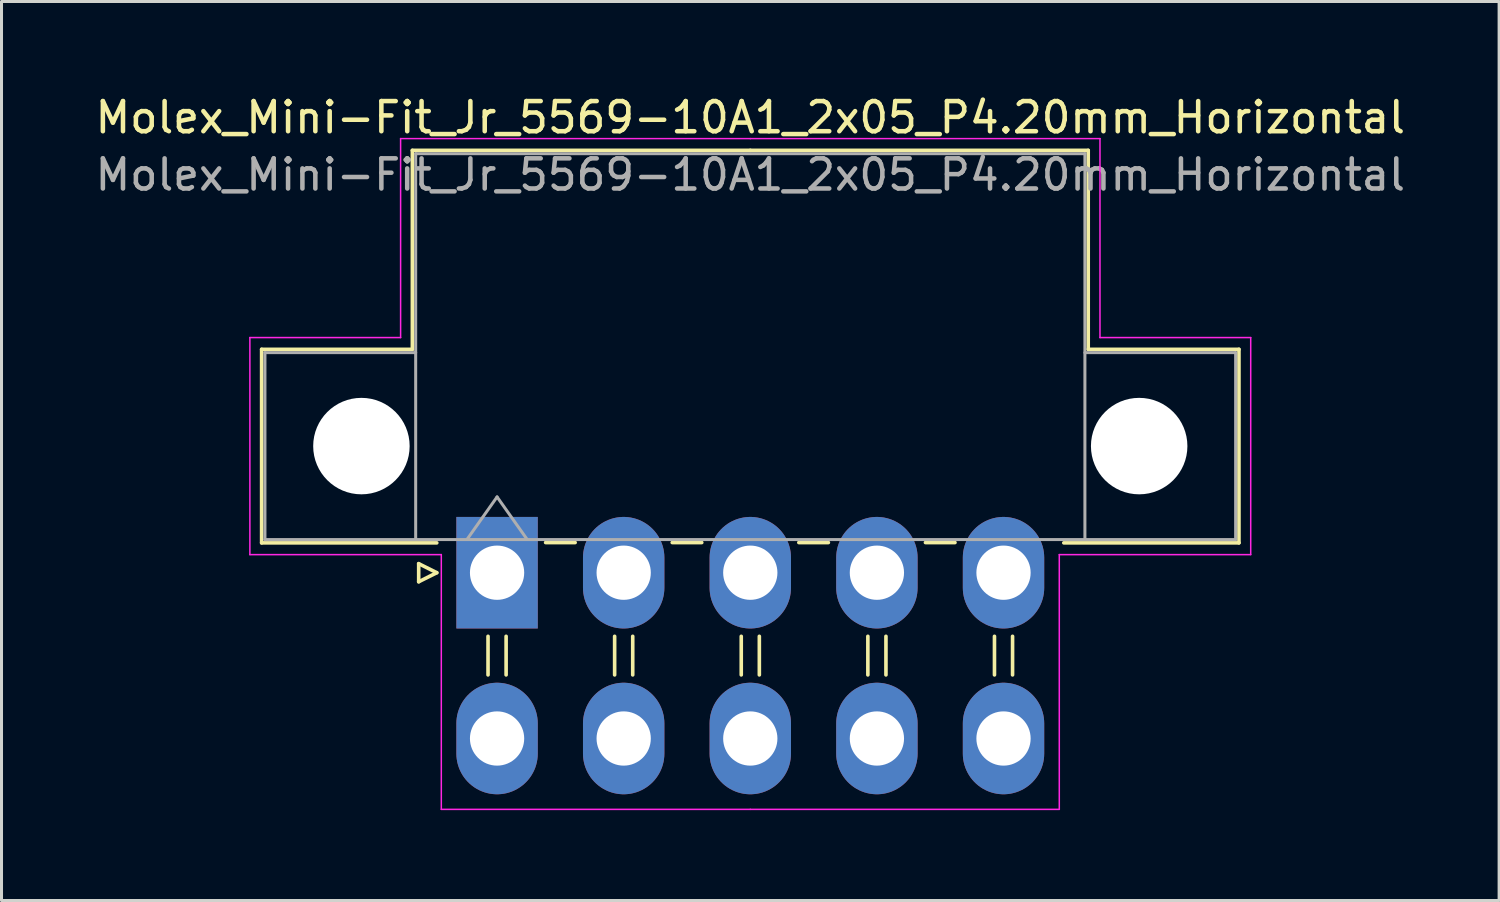
<source format=kicad_pcb>
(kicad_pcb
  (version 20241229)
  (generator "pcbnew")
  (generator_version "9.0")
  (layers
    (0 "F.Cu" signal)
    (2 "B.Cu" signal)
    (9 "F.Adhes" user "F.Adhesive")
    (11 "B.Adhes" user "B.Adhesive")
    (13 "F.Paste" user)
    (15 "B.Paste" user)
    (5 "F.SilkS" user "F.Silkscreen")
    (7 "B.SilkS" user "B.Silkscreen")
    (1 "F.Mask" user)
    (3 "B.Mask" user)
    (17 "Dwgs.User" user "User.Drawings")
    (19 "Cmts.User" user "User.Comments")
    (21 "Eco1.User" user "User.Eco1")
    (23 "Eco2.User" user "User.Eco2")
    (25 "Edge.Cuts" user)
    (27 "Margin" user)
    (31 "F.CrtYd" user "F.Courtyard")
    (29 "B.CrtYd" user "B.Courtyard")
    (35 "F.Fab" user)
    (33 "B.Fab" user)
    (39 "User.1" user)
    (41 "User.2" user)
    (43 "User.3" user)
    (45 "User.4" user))
  (footprint "Molex_Mini-Fit_Jr_5569-10A1_2x05_P4.20mm_Horizontal"
    (layer "F.Cu")
    (at 13.439 15.948)
    (property "Reference" "Molex_Mini-Fit_Jr_5569-10A1_2x05_P4.20mm_Horizontal" (at 8.4 -15.1 0) (layer "F.SilkS") (effects (font (size 1 1) (thickness 0.15))))
    (attr through_hole)
    (fp_line (start -7.81 -7.41) (end -7.81 -0.99) (stroke (width 0.12) (type solid)) (layer "F.SilkS"))
    (fp_line (start -7.81 -0.99) (end -2 -0.99) (stroke (width 0.12) (type solid)) (layer "F.SilkS"))
    (fp_line (start -2.81 -14.01) (end -2.81 -7.41) (stroke (width 0.12) (type solid)) (layer "F.SilkS"))
    (fp_line (start -2.81 -7.41) (end -7.81 -7.41) (stroke (width 0.12) (type solid)) (layer "F.SilkS"))
    (fp_line (start -2.6 -0.3) (end -2 0) (stroke (width 0.12) (type solid)) (layer "F.SilkS"))
    (fp_line (start -2.6 0.3) (end -2.6 -0.3) (stroke (width 0.12) (type solid)) (layer "F.SilkS"))
    (fp_line (start -2 0) (end -2.6 0.3) (stroke (width 0.12) (type solid)) (layer "F.SilkS"))
    (fp_line (start -0.3 2.11) (end -0.3 3.39) (stroke (width 0.12) (type solid)) (layer "F.SilkS"))
    (fp_line (start 0.3 2.11) (end 0.3 3.39) (stroke (width 0.12) (type solid)) (layer "F.SilkS"))
    (fp_line (start 1.61 -1) (end 2.59 -1) (stroke (width 0.12) (type solid)) (layer "F.SilkS"))
    (fp_line (start 3.9 2.11) (end 3.9 3.39) (stroke (width 0.12) (type solid)) (layer "F.SilkS"))
    (fp_line (start 4.5 2.11) (end 4.5 3.39) (stroke (width 0.12) (type solid)) (layer "F.SilkS"))
    (fp_line (start 5.81 -1) (end 6.79 -1) (stroke (width 0.12) (type solid)) (layer "F.SilkS"))
    (fp_line (start 8.1 2.11) (end 8.1 3.39) (stroke (width 0.12) (type solid)) (layer "F.SilkS"))
    (fp_line (start 8.4 -14.01) (end -2.81 -14.01) (stroke (width 0.12) (type solid)) (layer "F.SilkS"))
    (fp_line (start 8.4 -14.01) (end 19.61 -14.01) (stroke (width 0.12) (type solid)) (layer "F.SilkS"))
    (fp_line (start 8.7 2.11) (end 8.7 3.39) (stroke (width 0.12) (type solid)) (layer "F.SilkS"))
    (fp_line (start 10.01 -1) (end 10.99 -1) (stroke (width 0.12) (type solid)) (layer "F.SilkS"))
    (fp_line (start 12.3 2.11) (end 12.3 3.39) (stroke (width 0.12) (type solid)) (layer "F.SilkS"))
    (fp_line (start 12.9 2.11) (end 12.9 3.39) (stroke (width 0.12) (type solid)) (layer "F.SilkS"))
    (fp_line (start 14.21 -1) (end 15.19 -1) (stroke (width 0.12) (type solid)) (layer "F.SilkS"))
    (fp_line (start 16.5 2.11) (end 16.5 3.39) (stroke (width 0.12) (type solid)) (layer "F.SilkS"))
    (fp_line (start 17.1 2.11) (end 17.1 3.39) (stroke (width 0.12) (type solid)) (layer "F.SilkS"))
    (fp_line (start 19.61 -14.01) (end 19.61 -7.41) (stroke (width 0.12) (type solid)) (layer "F.SilkS"))
    (fp_line (start 19.61 -7.41) (end 24.61 -7.41) (stroke (width 0.12) (type solid)) (layer "F.SilkS"))
    (fp_line (start 24.61 -7.41) (end 24.61 -0.99) (stroke (width 0.12) (type solid)) (layer "F.SilkS"))
    (fp_line (start 24.61 -0.99) (end 18.8 -0.99) (stroke (width 0.12) (type solid)) (layer "F.SilkS"))
    (fp_line (start -8.2 -7.8) (end -8.2 -0.6) (stroke (width 0.05) (type solid)) (layer "F.CrtYd"))
    (fp_line (start -8.2 -0.6) (end -1.85 -0.6) (stroke (width 0.05) (type solid)) (layer "F.CrtYd"))
    (fp_line (start -3.2 -14.4) (end -3.2 -7.8) (stroke (width 0.05) (type solid)) (layer "F.CrtYd"))
    (fp_line (start -3.2 -7.8) (end -8.2 -7.8) (stroke (width 0.05) (type solid)) (layer "F.CrtYd"))
    (fp_line (start -1.85 -0.6) (end -1.85 7.85) (stroke (width 0.05) (type solid)) (layer "F.CrtYd"))
    (fp_line (start -1.85 7.85) (end 8.4 7.85) (stroke (width 0.05) (type solid)) (layer "F.CrtYd"))
    (fp_line (start 8.4 -14.4) (end -3.2 -14.4) (stroke (width 0.05) (type solid)) (layer "F.CrtYd"))
    (fp_line (start 8.4 -14.4) (end 20 -14.4) (stroke (width 0.05) (type solid)) (layer "F.CrtYd"))
    (fp_line (start 18.65 -0.6) (end 18.65 7.85) (stroke (width 0.05) (type solid)) (layer "F.CrtYd"))
    (fp_line (start 18.65 7.85) (end 8.4 7.85) (stroke (width 0.05) (type solid)) (layer "F.CrtYd"))
    (fp_line (start 20 -14.4) (end 20 -7.8) (stroke (width 0.05) (type solid)) (layer "F.CrtYd"))
    (fp_line (start 20 -7.8) (end 25 -7.8) (stroke (width 0.05) (type solid)) (layer "F.CrtYd"))
    (fp_line (start 25 -7.8) (end 25 -0.6) (stroke (width 0.05) (type solid)) (layer "F.CrtYd"))
    (fp_line (start 25 -0.6) (end 18.65 -0.6) (stroke (width 0.05) (type solid)) (layer "F.CrtYd"))
    (fp_line (start -7.7 -7.3) (end -7.7 -1.1) (stroke (width 0.1) (type solid)) (layer "F.Fab"))
    (fp_line (start -7.7 -1.1) (end -2.7 -1.1) (stroke (width 0.1) (type solid)) (layer "F.Fab"))
    (fp_line (start -2.7 -13.9) (end -2.7 -1.1) (stroke (width 0.1) (type solid)) (layer "F.Fab"))
    (fp_line (start -2.7 -7.3) (end -7.7 -7.3) (stroke (width 0.1) (type solid)) (layer "F.Fab"))
    (fp_line (start -2.7 -1.1) (end 19.5 -1.1) (stroke (width 0.1) (type solid)) (layer "F.Fab"))
    (fp_line (start -1 -1.1) (end 0 -2.514) (stroke (width 0.1) (type solid)) (layer "F.Fab"))
    (fp_line (start 0 -2.514) (end 1 -1.1) (stroke (width 0.1) (type solid)) (layer "F.Fab"))
    (fp_line (start 19.5 -13.9) (end -2.7 -13.9) (stroke (width 0.1) (type solid)) (layer "F.Fab"))
    (fp_line (start 19.5 -7.3) (end 24.5 -7.3) (stroke (width 0.1) (type solid)) (layer "F.Fab"))
    (fp_line (start 19.5 -1.1) (end 19.5 -13.9) (stroke (width 0.1) (type solid)) (layer "F.Fab"))
    (fp_line (start 24.5 -7.3) (end 24.5 -1.1) (stroke (width 0.1) (type solid)) (layer "F.Fab"))
    (fp_line (start 24.5 -1.1) (end 19.5 -1.1) (stroke (width 0.1) (type solid)) (layer "F.Fab"))
    (fp_text user "${REFERENCE}" (at 8.4 -13.2 0) (layer "F.Fab") (effects (font (size 1 1) (thickness 0.15))))
    (pad "" np_thru_hole circle (at -4.5 -4.2) (size 3.2 3.2) (drill 3.2) (layers "*.Cu" "*.Mask"))
    (pad "" np_thru_hole circle (at 21.3 -4.2) (size 3.2 3.2) (drill 3.2) (layers "*.Cu" "*.Mask"))
    (pad "1" thru_hole rect (at 0 0) (size 2.7 3.7) (drill 1.8) (layers "*.Cu" "*.Mask"))
    (pad "2" thru_hole oval (at 4.2 0) (size 2.7 3.7) (drill 1.8) (layers "*.Cu" "*.Mask"))
    (pad "3" thru_hole oval (at 8.4 0) (size 2.7 3.7) (drill 1.8) (layers "*.Cu" "*.Mask"))
    (pad "4" thru_hole oval (at 12.6 0) (size 2.7 3.7) (drill 1.8) (layers "*.Cu" "*.Mask"))
    (pad "5" thru_hole oval (at 16.8 0) (size 2.7 3.7) (drill 1.8) (layers "*.Cu" "*.Mask"))
    (pad "6" thru_hole oval (at 0 5.5) (size 2.7 3.7) (drill 1.8) (layers "*.Cu" "*.Mask"))
    (pad "7" thru_hole oval (at 4.2 5.5) (size 2.7 3.7) (drill 1.8) (layers "*.Cu" "*.Mask"))
    (pad "8" thru_hole oval (at 8.4 5.5) (size 2.7 3.7) (drill 1.8) (layers "*.Cu" "*.Mask"))
    (pad "9" thru_hole oval (at 12.6 5.5) (size 2.7 3.7) (drill 1.8) (layers "*.Cu" "*.Mask"))
    (pad "10" thru_hole oval (at 16.8 5.5) (size 2.7 3.7) (drill 1.8) (layers "*.Cu" "*.Mask")))
  (gr_rect
    (start -3 -3)
    (end 46.679 26.823)
    (stroke (width 0.1) (type default))
    (fill no)
    (layer "Edge.Cuts")))
</source>
